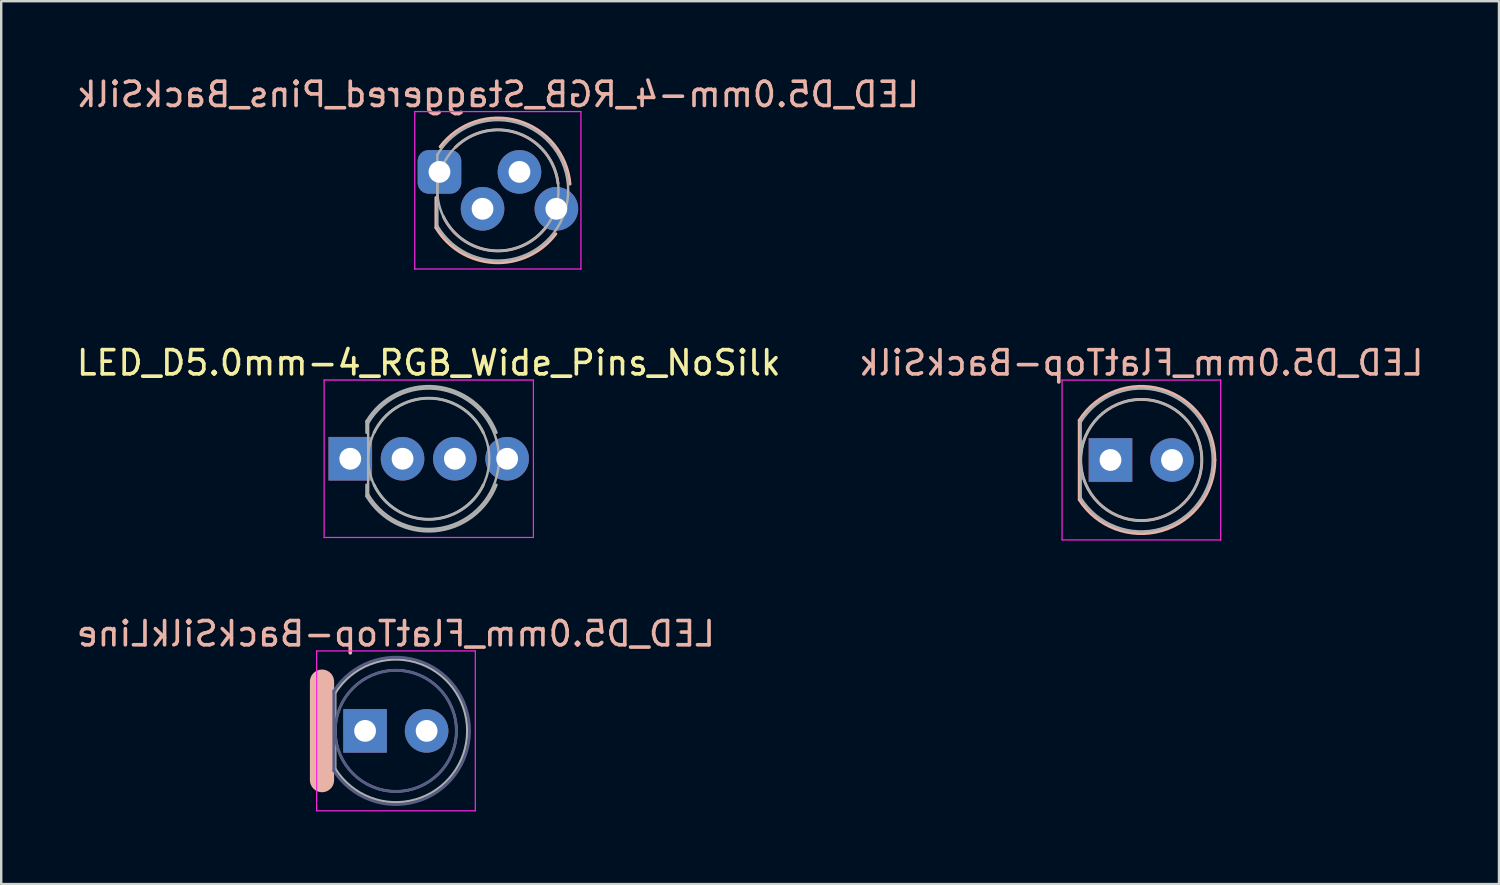
<source format=kicad_pcb>
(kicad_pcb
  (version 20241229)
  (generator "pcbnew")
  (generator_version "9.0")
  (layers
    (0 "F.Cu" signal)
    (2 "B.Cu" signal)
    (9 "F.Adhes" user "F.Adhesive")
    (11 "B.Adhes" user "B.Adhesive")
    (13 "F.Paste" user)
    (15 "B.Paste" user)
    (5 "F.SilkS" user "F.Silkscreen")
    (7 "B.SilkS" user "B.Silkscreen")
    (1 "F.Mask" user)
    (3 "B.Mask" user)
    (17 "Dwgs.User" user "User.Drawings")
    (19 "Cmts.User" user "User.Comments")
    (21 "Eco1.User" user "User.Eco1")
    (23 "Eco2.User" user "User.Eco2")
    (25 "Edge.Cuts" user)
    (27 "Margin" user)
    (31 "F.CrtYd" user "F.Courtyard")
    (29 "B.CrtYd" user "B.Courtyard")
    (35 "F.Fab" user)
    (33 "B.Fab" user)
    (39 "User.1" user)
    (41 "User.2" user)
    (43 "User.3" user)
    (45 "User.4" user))
  (footprint "LED_D5.0mm-4_RGB_Staggered_Pins_BackSilk"
    (layer "F.Cu")
    (at 15.093 4.046)
    (property "Reference" "LED_D5.0mm-4_RGB_Staggered_Pins_BackSilk" (at 2.413 -3.198 0) (layer "B.SilkS") (effects (font (size 1 1) (thickness 0.15)) (justify mirror)))
    (attr through_hole)
    (fp_line (start -0.147 1.061) (end -0.147 2.307) (stroke (width 0.12) (type solid)) (layer "B.SilkS"))
    (fp_arc (start 0.028 -1.038) (mid 3.238737 -2.109652) (end 5.389836 0.503784) (stroke (width 0.12) (type solid)) (layer "B.SilkS"))
    (fp_arc (start 0.660401 -1.015999) (mid 3.242766 -1.592649) (end 4.89309 0.475579) (stroke (width 0.12) (type solid)) (layer "B.SilkS"))
    (fp_arc (start 4.372086 2.315056) (mid 2.134091 3.246393) (end 0.158316 1.842) (stroke (width 0.12) (type solid)) (layer "B.SilkS"))
    (fp_arc (start 4.804334 2.556887) (mid 2.262188 3.748194) (end -0.147 2.30683) (stroke (width 0.12) (type solid)) (layer "B.SilkS"))
    (fp_line (start -1.02 -2.49) (end 5.83 -2.49) (stroke (width 0.05) (type solid)) (layer "F.CrtYd"))
    (fp_line (start -1.02 4.01) (end -1.02 -2.49) (stroke (width 0.05) (type solid)) (layer "F.CrtYd"))
    (fp_line (start 5.84 -2.49) (end 5.84 4.01) (stroke (width 0.05) (type solid)) (layer "F.CrtYd"))
    (fp_line (start 5.84 4.01) (end -1.02 4.01) (stroke (width 0.05) (type solid)) (layer "F.CrtYd"))
    (fp_line (start -0.087 -0.708) (end -0.087 2.232) (stroke (width 0.1) (type solid)) (layer "F.Fab"))
    (fp_arc (start -0.087 -0.707694) (mid 5.313 0.762016) (end -0.087016 2.231666) (stroke (width 0.1) (type solid)) (layer "F.Fab"))
    (fp_circle (center 2.413 0.762) (end 4.913 0.762) (stroke (width 0.1) (type solid)) (fill no) (layer "F.Fab"))
    (pad "1" thru_hole roundrect (at 0 0) (size 1.8 1.8) (drill 0.9) (layers "*.Cu" "*.Mask") (roundrect_rratio 0.25))
    (pad "2" thru_hole circle (at 1.778 1.524) (size 1.8 1.8) (drill 0.9) (layers "*.Cu" "*.Mask"))
    (pad "3" thru_hole circle (at 3.302 0) (size 1.8 1.8) (drill 0.9) (layers "*.Cu" "*.Mask"))
    (pad "4" thru_hole circle (at 4.826 1.524) (size 1.8 1.8) (drill 0.9) (layers "*.Cu" "*.Mask")))
  (footprint "LED_D5.0mm_FlatTop-BackSilkLine"
    (layer "F.Cu")
    (at 12.022 27.123)
    (property "Reference" "LED_D5.0mm_FlatTop-BackSilkLine" (at 1.27 -4.01 0) (layer "B.SilkS") (effects (font (size 1 1) (thickness 0.15)) (justify mirror)))
    (attr through_hole)
    (fp_line (start -1.778 -2.032) (end -1.778 2.032) (stroke (width 1) (type solid)) (layer "B.SilkS"))
    (fp_line (start -2 -3.3) (end -2 3.3) (stroke (width 0.05) (type solid)) (layer "F.CrtYd"))
    (fp_line (start -2 3.3) (end 4.55 3.3) (stroke (width 0.05) (type solid)) (layer "F.CrtYd"))
    (fp_line (start 4.55 -3.3) (end -2 -3.3) (stroke (width 0.05) (type solid)) (layer "F.CrtYd"))
    (fp_line (start 4.55 3.3) (end 4.55 -3.3) (stroke (width 0.05) (type solid)) (layer "F.CrtYd"))
    (fp_line (start -1.29 -1.64) (end -1.29 1.64) (stroke (width 0.12) (type solid)) (layer "B.Fab"))
    (fp_arc (start -1.29 -1.639512) (mid 2.125106 -2.917258) (end 4.309999 0.001958) (stroke (width 0.12) (type solid)) (layer "B.Fab"))
    (fp_arc (start 4.309999 -0.001958) (mid 2.125106 2.917258) (end -1.29 1.639512) (stroke (width 0.12) (type solid)) (layer "B.Fab"))
    (fp_circle (center 1.27 0) (end 3.77 0) (stroke (width 0.12) (type solid)) (fill no) (layer "B.Fab"))
    (fp_line (start -1.23 -1.566) (end -1.23 1.566) (stroke (width 0.1) (type solid)) (layer "F.Fab"))
    (fp_arc (start -1.23 -1.566046) (mid 4.22 0.00071) (end -1.230753 1.564843) (stroke (width 0.1) (type solid)) (layer "F.Fab"))
    (fp_circle (center 1.27 0) (end 3.77 0) (stroke (width 0.1) (type solid)) (fill no) (layer "F.Fab"))
    (pad "1" thru_hole rect (at 0 0) (size 1.8 1.8) (drill 0.9) (layers "*.Cu" "*.Mask"))
    (pad "2" thru_hole circle (at 2.54 0) (size 1.8 1.8) (drill 0.9) (layers "*.Cu" "*.Mask")))
  (footprint "LED_D5.0mm_FlatTop-BackSilk"
    (layer "F.Cu")
    (at 42.795 15.94)
    (property "Reference" "LED_D5.0mm_FlatTop-BackSilk" (at 1.27 -4.01 0) (layer "B.SilkS") (effects (font (size 1 1) (thickness 0.15)) (justify mirror)))
    (attr through_hole)
    (fp_line (start -1.29 -1.64) (end -1.29 1.64) (stroke (width 0.12) (type solid)) (layer "B.SilkS"))
    (fp_arc (start -1.29 -1.639512) (mid 2.125106 -2.917258) (end 4.309999 0.001958) (stroke (width 0.12) (type solid)) (layer "B.SilkS"))
    (fp_arc (start 4.309999 -0.001958) (mid 2.125106 2.917258) (end -1.29 1.639512) (stroke (width 0.12) (type solid)) (layer "B.SilkS"))
    (fp_circle (center 1.27 0) (end 3.77 0) (stroke (width 0.12) (type solid)) (fill no) (layer "B.SilkS"))
    (fp_line (start -2 -3.3) (end -2 3.3) (stroke (width 0.05) (type solid)) (layer "F.CrtYd"))
    (fp_line (start -2 3.3) (end 4.55 3.3) (stroke (width 0.05) (type solid)) (layer "F.CrtYd"))
    (fp_line (start 4.55 -3.3) (end -2 -3.3) (stroke (width 0.05) (type solid)) (layer "F.CrtYd"))
    (fp_line (start 4.55 3.3) (end 4.55 -3.3) (stroke (width 0.05) (type solid)) (layer "F.CrtYd"))
    (fp_line (start -1.23 -1.566) (end -1.23 1.566) (stroke (width 0.1) (type solid)) (layer "F.Fab"))
    (fp_arc (start -1.23 -1.566046) (mid 4.22 0.00071) (end -1.230753 1.564843) (stroke (width 0.1) (type solid)) (layer "F.Fab"))
    (fp_circle (center 1.27 0) (end 3.77 0) (stroke (width 0.1) (type solid)) (fill no) (layer "F.Fab"))
    (pad "1" thru_hole rect (at 0 0) (size 1.8 1.8) (drill 0.9) (layers "*.Cu" "*.Mask"))
    (pad "2" thru_hole circle (at 2.54 0) (size 1.8 1.8) (drill 0.9) (layers "*.Cu" "*.Mask")))
  (footprint "LED_D5.0mm-4_RGB_Wide_Pins_NoSilk"
    (layer "F.Cu")
    (at 11.41 15.889)
    (property "Reference" "LED_D5.0mm-4_RGB_Wide_Pins_NoSilk" (at 3.239 -3.96 0) (layer "F.SilkS") (effects (font (size 1 1) (thickness 0.15))))
    (attr through_hole)
    (fp_line (start -1.08 3.25) (end 7.56 3.25) (stroke (width 0.05) (type solid)) (layer "F.CrtYd"))
    (fp_line (start -1.08 -3.25) (end -1.08 3.25) (stroke (width 0.05) (type solid)) (layer "F.CrtYd"))
    (fp_line (start 7.56 -3.25) (end -1.08 -3.25) (stroke (width 0.05) (type solid)) (layer "F.CrtYd"))
    (fp_line (start 7.56 3.25) (end 7.56 -3.25) (stroke (width 0.05) (type solid)) (layer "F.CrtYd"))
    (fp_line (start 0.678 -1.545) (end 0.678 -1.08) (stroke (width 0.12) (type solid)) (layer "F.Fab"))
    (fp_line (start 0.678 1.08) (end 0.678 1.545) (stroke (width 0.12) (type solid)) (layer "F.Fab"))
    (fp_line (start 0.739 -1.47) (end 0.739 1.47) (stroke (width 0.1) (type solid)) (layer "F.Fab"))
    (fp_arc (start 0.6785 -1.54483) (mid 3.496956 -2.978809) (end 6.026315 -1.080827) (stroke (width 0.12) (type solid)) (layer "F.Fab"))
    (fp_arc (start 0.7385 -1.469694) (mid 6.1385 0.000016) (end 0.738484 1.469666) (stroke (width 0.1) (type solid)) (layer "F.Fab"))
    (fp_arc (start 0.983816 -1.079999) (mid 3.238262 -2.5) (end 5.492978 -1.080429) (stroke (width 0.12) (type solid)) (layer "F.Fab"))
    (fp_arc (start 5.492978 1.080428) (mid 3.238263 2.499999) (end 0.983817 1.08) (stroke (width 0.12) (type solid)) (layer "F.Fab"))
    (fp_arc (start 6.026315 1.080827) (mid 3.496956 2.978808) (end 0.6785 1.54483) (stroke (width 0.12) (type solid)) (layer "F.Fab"))
    (fp_circle (center 3.239 0) (end 5.739 0) (stroke (width 0.1) (type solid)) (fill no) (layer "F.Fab"))
    (pad "1" thru_hole rect (at 0 0) (size 1.8 1.8) (drill 0.9) (layers "*.Cu" "*.Mask"))
    (pad "2" thru_hole circle (at 2.159 0) (size 1.8 1.8) (drill 0.9) (layers "*.Cu" "*.Mask"))
    (pad "3" thru_hole circle (at 4.318 0) (size 1.8 1.8) (drill 0.9) (layers "*.Cu" "*.Mask"))
    (pad "4" thru_hole circle (at 6.477 0) (size 1.8 1.8) (drill 0.9) (layers "*.Cu" "*.Mask")))
  (gr_rect
    (start -3 -3)
    (end 58.833 33.448)
    (stroke (width 0.1) (type default))
    (fill no)
    (layer "Edge.Cuts")))
</source>
